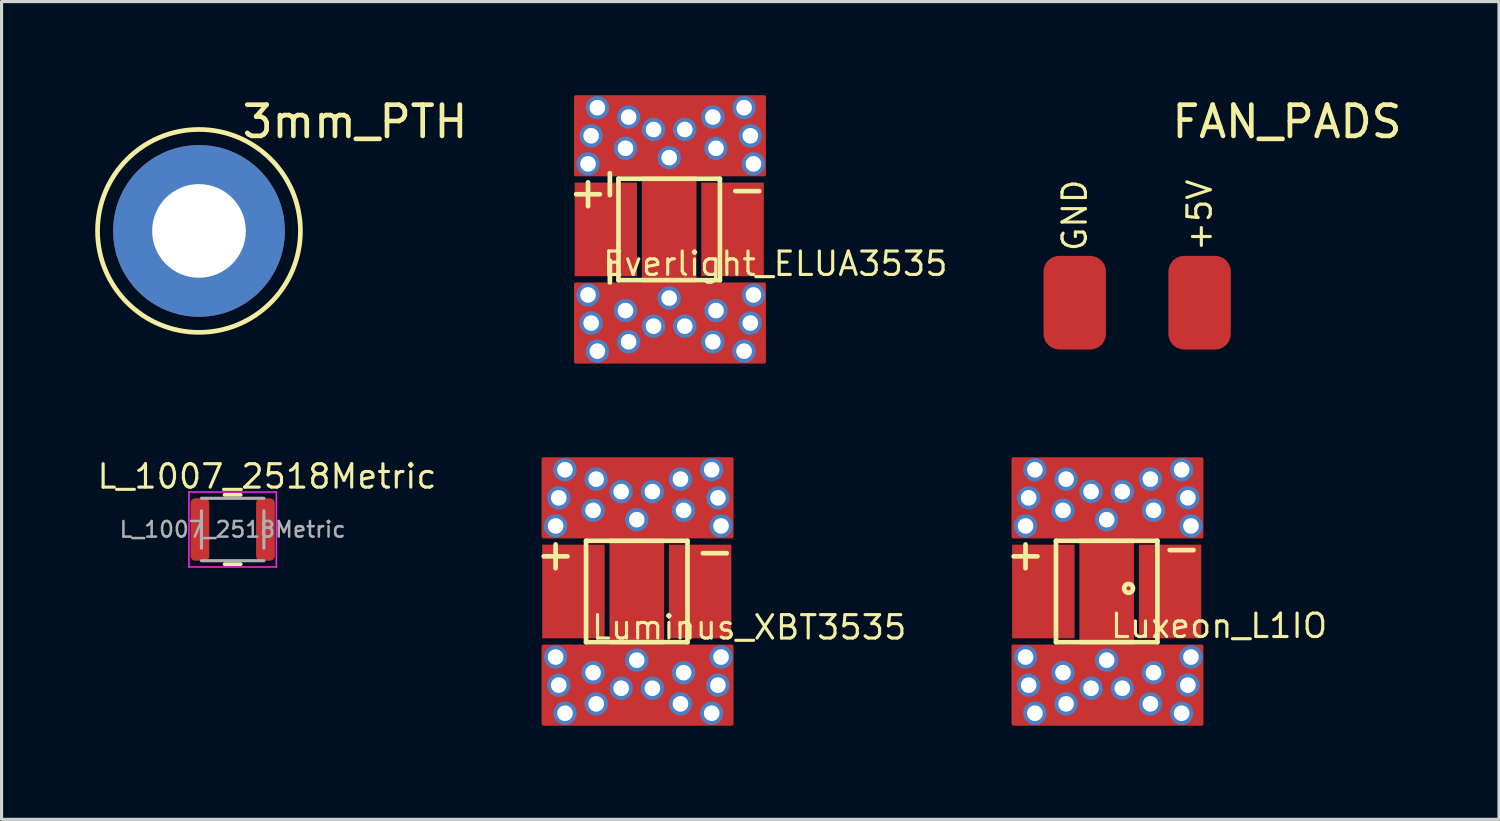
<source format=kicad_pcb>
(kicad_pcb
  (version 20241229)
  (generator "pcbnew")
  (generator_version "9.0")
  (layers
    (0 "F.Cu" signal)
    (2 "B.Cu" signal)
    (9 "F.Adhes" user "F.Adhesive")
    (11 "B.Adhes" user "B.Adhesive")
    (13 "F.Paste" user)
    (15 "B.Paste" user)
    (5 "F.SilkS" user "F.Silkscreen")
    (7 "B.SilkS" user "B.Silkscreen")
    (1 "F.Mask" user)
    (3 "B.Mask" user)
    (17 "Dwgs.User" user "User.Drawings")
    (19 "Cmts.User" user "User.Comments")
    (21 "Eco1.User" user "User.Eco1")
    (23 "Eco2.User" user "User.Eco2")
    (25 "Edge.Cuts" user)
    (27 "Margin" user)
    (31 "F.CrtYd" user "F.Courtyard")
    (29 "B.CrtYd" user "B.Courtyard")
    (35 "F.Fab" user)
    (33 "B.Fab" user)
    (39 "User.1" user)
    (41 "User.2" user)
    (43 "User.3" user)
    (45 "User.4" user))
  (footprint "3mm_PTH"
    (layer "F.Cu")
    (at 3.325 4.348)
    (property "Reference" "3mm_PTH" (at 5 -3.5 0) (layer "F.SilkS") (effects (font (size 1 1) (thickness 0.15))))
    (attr through_hole)
    (fp_circle (center 0 0) (end 3.25 0) (stroke (width 0.15) (type solid)) (fill no) (layer "F.SilkS"))
    (pad "1" thru_hole circle (at 0 0) (size 5.5 5.5) (drill 3) (layers "*.Cu" "*.Mask")))
  (footprint "Luminus_XBT3535"
    (layer "F.Cu")
    (at 17.351 15.9)
    (property "Reference" "Luminus_XBT3535" (at 3.6 1.15 0) (layer "F.SilkS") (effects (font (size 0.75 0.75) (thickness 0.1))))
    (attr through_hole)
    (fp_poly (pts (xy -1.15 1.25) (xy -1.15 -1.25) (xy -1.55 -1.25) (xy -1.55 1.25)) (stroke (width 0.1) (type solid)) (fill yes) (layer "F.Mask"))
    (fp_poly (pts (xy -0.6 1.25) (xy 0.6 1.25) (xy 0.6 -1.3) (xy -0.6 -1.3)) (stroke (width 0.1) (type solid)) (fill yes) (layer "F.Mask"))
    (fp_poly (pts (xy 1.15 -1.25) (xy 1.15 1.25) (xy 1.55 1.25) (xy 1.55 -1.25)) (stroke (width 0.1) (type solid)) (fill yes) (layer "F.Mask"))
    (fp_line (start -1.625 -1.625) (end -1.625 1.625) (stroke (width 0.15) (type solid)) (layer "F.SilkS"))
    (fp_line (start -1.625 -1.625) (end 1.625 -1.625) (stroke (width 0.15) (type solid)) (layer "F.SilkS"))
    (fp_line (start 1.625 -1.625) (end 1.625 1.625) (stroke (width 0.15) (type solid)) (layer "F.SilkS"))
    (fp_line (start 1.625 1.625) (end -1.625 1.625) (stroke (width 0.15) (type solid)) (layer "F.SilkS"))
    (fp_poly (pts (xy -1.55 -1.25) (xy -1.55 1.25) (xy -1.15 1.25) (xy -1.15 -1.25)) (stroke (width 0.1) (type solid)) (fill yes) (layer "F.Paste"))
    (fp_poly (pts (xy -0.6 1.25) (xy 0.6 1.25) (xy 0.6 -1.3) (xy -0.6 -1.3)) (stroke (width 0.1) (type solid)) (fill yes) (layer "F.Paste"))
    (fp_poly (pts (xy 1.15 -1.25) (xy 1.15 1.25) (xy 1.55 1.25) (xy 1.55 -1.25)) (stroke (width 0.1) (type solid)) (fill yes) (layer "F.Paste"))
    (fp_text user "-" (at 2.5 -1.3 0) (layer "F.SilkS") (effects (font (size 1 1) (thickness 0.15))))
    (fp_text user "+" (at -2.6 -1.2 0) (layer "F.SilkS") (effects (font (size 1 1) (thickness 0.15))))
    (pad "1" smd rect (at 2.03 0) (size 2 3) (layers "F.Cu"))
    (pad "2" smd rect (at -2.03 0 180) (size 2 3) (layers "F.Cu"))
    (pad "3" thru_hole circle (at -2.6 -2.1 180) (size 0.75 0.75) (drill 0.5) (layers "*.Cu"))
    (pad "3" thru_hole circle (at -2.6 2.1) (size 0.75 0.75) (drill 0.5) (layers "*.Cu"))
    (pad "3" thru_hole circle (at -2.5 -3 180) (size 0.75 0.75) (drill 0.5) (layers "*.Cu"))
    (pad "3" thru_hole circle (at -2.5 3) (size 0.75 0.75) (drill 0.5) (layers "*.Cu"))
    (pad "3" thru_hole circle (at -2.3 -3.9 180) (size 0.75 0.75) (drill 0.5) (layers "*.Cu"))
    (pad "3" thru_hole circle (at -2.3 3.9) (size 0.75 0.75) (drill 0.5) (layers "*.Cu"))
    (pad "3" thru_hole circle (at -1.4 -2.6 180) (size 0.75 0.75) (drill 0.5) (layers "*.Cu"))
    (pad "3" thru_hole circle (at -1.4 2.6) (size 0.75 0.75) (drill 0.5) (layers "*.Cu"))
    (pad "3" thru_hole circle (at -1.3 -3.6 180) (size 0.75 0.75) (drill 0.5) (layers "*.Cu"))
    (pad "3" thru_hole circle (at -1.3 3.6) (size 0.75 0.75) (drill 0.5) (layers "*.Cu"))
    (pad "3" thru_hole circle (at -0.5 -3.2) (size 0.75 0.75) (drill 0.5) (layers "*.Cu"))
    (pad "3" thru_hole circle (at -0.5 3.1) (size 0.75 0.75) (drill 0.5) (layers "*.Cu"))
    (pad "3" thru_hole circle (at 0 -2.3) (size 0.75 0.75) (drill 0.5) (layers "*.Cu"))
    (pad "3" smd custom (at 0 0) (size 1.75 6) (layers "F.Cu") (options (anchor rect)) (primitives (gr_poly (pts (xy -3 4.25) (xy 3.05 4.25) (xy 3.05 1.75) (xy -3 1.75)) (width 0.1) (fill yes)) (gr_poly (pts (xy -3 -1.75) (xy 3.05 -1.75) (xy 3.05 -4.25) (xy -3 -4.25)) (width 0.1) (fill yes))))
    (pad "3" thru_hole circle (at 0 2.2) (size 0.75 0.75) (drill 0.5) (layers "*.Cu"))
    (pad "3" thru_hole circle (at 0.5 -3.2) (size 0.75 0.75) (drill 0.5) (layers "*.Cu"))
    (pad "3" thru_hole circle (at 0.5 3.1) (size 0.75 0.75) (drill 0.5) (layers "*.Cu"))
    (pad "3" thru_hole circle (at 1.4 -3.6 180) (size 0.75 0.75) (drill 0.5) (layers "*.Cu"))
    (pad "3" thru_hole circle (at 1.4 3.6) (size 0.75 0.75) (drill 0.5) (layers "*.Cu"))
    (pad "3" thru_hole circle (at 1.5 -2.6 180) (size 0.75 0.75) (drill 0.5) (layers "*.Cu"))
    (pad "3" thru_hole circle (at 1.5 2.6) (size 0.75 0.75) (drill 0.5) (layers "*.Cu"))
    (pad "3" thru_hole circle (at 2.4 -3.9 180) (size 0.75 0.75) (drill 0.5) (layers "*.Cu"))
    (pad "3" thru_hole circle (at 2.4 3.9) (size 0.75 0.75) (drill 0.5) (layers "*.Cu"))
    (pad "3" thru_hole circle (at 2.6 -3 180) (size 0.75 0.75) (drill 0.5) (layers "*.Cu"))
    (pad "3" thru_hole circle (at 2.6 3) (size 0.75 0.75) (drill 0.5) (layers "*.Cu"))
    (pad "3" thru_hole circle (at 2.7 -2.1 180) (size 0.75 0.75) (drill 0.5) (layers "*.Cu"))
    (pad "3" thru_hole circle (at 2.7 2.1) (size 0.75 0.75) (drill 0.5) (layers "*.Cu")))
  (footprint "L_1007_2518Metric"
    (layer "F.Cu")
    (at 4.404 13.914)
    (property "Reference" "L_1007_2518Metric" (at 1.1 -1.7 0) (layer "F.SilkS") (effects (font (size 0.75 0.75) (thickness 0.1))))
    (attr smd)
    (fp_line (start -0.259 -1.11) (end 0.259 -1.11) (stroke (width 0.12) (type solid)) (layer "F.SilkS"))
    (fp_line (start -0.259 1.11) (end 0.259 1.11) (stroke (width 0.12) (type solid)) (layer "F.SilkS"))
    (fp_line (start -1.4 -1.2) (end 1.4 -1.2) (stroke (width 0.05) (type solid)) (layer "F.CrtYd"))
    (fp_line (start -1.4 1.2) (end -1.4 -1.2) (stroke (width 0.05) (type solid)) (layer "F.CrtYd"))
    (fp_line (start 1.4 -1.2) (end 1.4 1.2) (stroke (width 0.05) (type solid)) (layer "F.CrtYd"))
    (fp_line (start 1.4 1.2) (end -1.4 1.2) (stroke (width 0.05) (type solid)) (layer "F.CrtYd"))
    (fp_line (start -1 -1) (end 1 -1) (stroke (width 0.1) (type solid)) (layer "F.Fab"))
    (fp_line (start -1 0.6) (end -1 -0.6) (stroke (width 0.1) (type solid)) (layer "F.Fab"))
    (fp_line (start 1 -0.6) (end 1 0.6) (stroke (width 0.1) (type solid)) (layer "F.Fab"))
    (fp_line (start 1 1) (end -1 1) (stroke (width 0.1) (type solid)) (layer "F.Fab"))
    (fp_text user "${REFERENCE}" (at 0 0 0) (layer "F.Fab") (effects (font (size 0.5 0.5) (thickness 0.08))))
    (pad "1" smd roundrect (at -1.05 0) (size 0.6 2) (layers "F.Cu" "F.Mask" "F.Paste") (roundrect_rratio 0.25))
    (pad "2" smd roundrect (at 1.05 0) (size 0.6 2) (layers "F.Cu" "F.Mask" "F.Paste") (roundrect_rratio 0.25)))
  (footprint "Everlight_ELUA3535"
    (layer "F.Cu")
    (at 18.389 4.2)
    (property "Reference" "Everlight_ELUA3535" (at 3.4 1.2 0) (layer "F.SilkS") (effects (font (size 0.75 0.75) (thickness 0.1))))
    (attr through_hole)
    (fp_poly (pts (xy -1.15 1.35) (xy -1.15 -1.15) (xy -1.55 -1.15) (xy -1.55 1.35)) (stroke (width 0.1) (type solid)) (fill yes) (layer "F.Mask"))
    (fp_poly (pts (xy -0.6 1.35) (xy 0.6 1.35) (xy 0.6 -1.2) (xy -0.6 -1.2)) (stroke (width 0.1) (type solid)) (fill yes) (layer "F.Mask"))
    (fp_poly (pts (xy 1.15 -1.15) (xy 1.15 1.35) (xy 1.55 1.35) (xy 1.55 -1.15)) (stroke (width 0.1) (type solid)) (fill yes) (layer "F.Mask"))
    (fp_line (start -1.9 -1.7) (end -1.9 -1) (stroke (width 0.15) (type solid)) (layer "F.SilkS"))
    (fp_line (start -1.9 1.1) (end -1.9 1.8) (stroke (width 0.15) (type solid)) (layer "F.SilkS"))
    (fp_line (start -1.625 -1.525) (end -1.625 1.725) (stroke (width 0.15) (type solid)) (layer "F.SilkS"))
    (fp_line (start -1.625 -1.525) (end 1.625 -1.525) (stroke (width 0.15) (type solid)) (layer "F.SilkS"))
    (fp_line (start 1.625 -1.525) (end 1.625 1.725) (stroke (width 0.15) (type solid)) (layer "F.SilkS"))
    (fp_line (start 1.625 1.725) (end -1.625 1.725) (stroke (width 0.15) (type solid)) (layer "F.SilkS"))
    (fp_poly (pts (xy -1.55 -1.15) (xy -1.55 1.35) (xy -1.15 1.35) (xy -1.15 -1.15)) (stroke (width 0.1) (type solid)) (fill yes) (layer "F.Paste"))
    (fp_poly (pts (xy -0.6 1.35) (xy 0.6 1.35) (xy 0.6 -1.2) (xy -0.6 -1.2)) (stroke (width 0.1) (type solid)) (fill yes) (layer "F.Paste"))
    (fp_poly (pts (xy 1.15 -1.15) (xy 1.15 1.35) (xy 1.55 1.35) (xy 1.55 -1.15)) (stroke (width 0.1) (type solid)) (fill yes) (layer "F.Paste"))
    (fp_text user "+" (at -2.6 -1.1 0) (layer "F.SilkS") (effects (font (size 1 1) (thickness 0.15))))
    (fp_text user "-" (at 2.5 -1.2 0) (layer "F.SilkS") (effects (font (size 1 1) (thickness 0.15))))
    (pad "1" smd rect (at -2.03 0.1 180) (size 2 3) (layers "F.Cu"))
    (pad "2" smd rect (at 2.03 0.1) (size 2 3) (layers "F.Cu"))
    (pad "3" thru_hole circle (at -2.6 -2 180) (size 0.75 0.75) (drill 0.5) (layers "*.Cu"))
    (pad "3" thru_hole circle (at -2.6 2.2) (size 0.75 0.75) (drill 0.5) (layers "*.Cu"))
    (pad "3" thru_hole circle (at -2.5 -2.9 180) (size 0.75 0.75) (drill 0.5) (layers "*.Cu"))
    (pad "3" thru_hole circle (at -2.5 3.1) (size 0.75 0.75) (drill 0.5) (layers "*.Cu"))
    (pad "3" thru_hole circle (at -2.3 -3.8 180) (size 0.75 0.75) (drill 0.5) (layers "*.Cu"))
    (pad "3" thru_hole circle (at -2.3 4) (size 0.75 0.75) (drill 0.5) (layers "*.Cu"))
    (pad "3" thru_hole circle (at -1.4 -2.5 180) (size 0.75 0.75) (drill 0.5) (layers "*.Cu"))
    (pad "3" thru_hole circle (at -1.4 2.7) (size 0.75 0.75) (drill 0.5) (layers "*.Cu"))
    (pad "3" thru_hole circle (at -1.3 -3.5 180) (size 0.75 0.75) (drill 0.5) (layers "*.Cu"))
    (pad "3" thru_hole circle (at -1.3 3.7) (size 0.75 0.75) (drill 0.5) (layers "*.Cu"))
    (pad "3" thru_hole circle (at -0.5 -3.1) (size 0.75 0.75) (drill 0.5) (layers "*.Cu"))
    (pad "3" thru_hole circle (at -0.5 3.2) (size 0.75 0.75) (drill 0.5) (layers "*.Cu"))
    (pad "3" thru_hole circle (at 0 -2.2) (size 0.75 0.75) (drill 0.5) (layers "*.Cu"))
    (pad "3" smd custom (at 0 0.1) (size 1.75 6) (layers "F.Cu") (options (anchor rect)) (primitives (gr_poly (pts (xy -3 4.25) (xy 3.05 4.25) (xy 3.05 1.75) (xy -3 1.75)) (width 0.1) (fill yes)) (gr_poly (pts (xy -3 -1.75) (xy 3.05 -1.75) (xy 3.05 -4.25) (xy -3 -4.25)) (width 0.1) (fill yes))))
    (pad "3" thru_hole circle (at 0 2.3) (size 0.75 0.75) (drill 0.5) (layers "*.Cu"))
    (pad "3" thru_hole circle (at 0.5 -3.1) (size 0.75 0.75) (drill 0.5) (layers "*.Cu"))
    (pad "3" thru_hole circle (at 0.5 3.2) (size 0.75 0.75) (drill 0.5) (layers "*.Cu"))
    (pad "3" thru_hole circle (at 1.4 -3.5 180) (size 0.75 0.75) (drill 0.5) (layers "*.Cu"))
    (pad "3" thru_hole circle (at 1.4 3.7) (size 0.75 0.75) (drill 0.5) (layers "*.Cu"))
    (pad "3" thru_hole circle (at 1.5 -2.5 180) (size 0.75 0.75) (drill 0.5) (layers "*.Cu"))
    (pad "3" thru_hole circle (at 1.5 2.7) (size 0.75 0.75) (drill 0.5) (layers "*.Cu"))
    (pad "3" thru_hole circle (at 2.4 -3.8 180) (size 0.75 0.75) (drill 0.5) (layers "*.Cu"))
    (pad "3" thru_hole circle (at 2.4 4) (size 0.75 0.75) (drill 0.5) (layers "*.Cu"))
    (pad "3" thru_hole circle (at 2.6 -2.9 180) (size 0.75 0.75) (drill 0.5) (layers "*.Cu"))
    (pad "3" thru_hole circle (at 2.6 3.1) (size 0.75 0.75) (drill 0.5) (layers "*.Cu"))
    (pad "3" thru_hole circle (at 2.7 -2 180) (size 0.75 0.75) (drill 0.5) (layers "*.Cu"))
    (pad "3" thru_hole circle (at 2.7 2.2) (size 0.75 0.75) (drill 0.5) (layers "*.Cu")))
  (footprint "Luxeon_L1IO"
    (layer "F.Cu")
    (at 32.406 15.8)
    (property "Reference" "Luxeon_L1IO" (at 3.6 1.2 0) (layer "F.SilkS") (effects (font (size 0.75 0.75) (thickness 0.1))))
    (attr through_hole)
    (fp_poly (pts (xy -1.15 1.35) (xy -1.15 -1.15) (xy -1.55 -1.15) (xy -1.55 1.35)) (stroke (width 0.1) (type solid)) (fill yes) (layer "F.Mask"))
    (fp_poly (pts (xy -0.4 1.35) (xy 0.4 1.35) (xy 0.4 -1.2) (xy -0.4 -1.2)) (stroke (width 0.1) (type solid)) (fill yes) (layer "F.Mask"))
    (fp_poly (pts (xy 1.15 -1.15) (xy 1.15 1.35) (xy 1.55 1.35) (xy 1.55 -1.15)) (stroke (width 0.1) (type solid)) (fill yes) (layer "F.Mask"))
    (fp_line (start -1.625 -1.525) (end -1.625 1.725) (stroke (width 0.15) (type solid)) (layer "F.SilkS"))
    (fp_line (start -1.625 -1.525) (end 1.625 -1.525) (stroke (width 0.15) (type solid)) (layer "F.SilkS"))
    (fp_line (start 1.625 -1.525) (end 1.625 1.725) (stroke (width 0.15) (type solid)) (layer "F.SilkS"))
    (fp_line (start 1.625 1.725) (end -1.625 1.725) (stroke (width 0.15) (type solid)) (layer "F.SilkS"))
    (fp_circle (center 0.7 0) (end 0.8 0.1) (stroke (width 0.15) (type solid)) (fill no) (layer "F.SilkS"))
    (fp_poly (pts (xy -1.55 -1.15) (xy -1.55 1.35) (xy -1.15 1.35) (xy -1.15 -1.15)) (stroke (width 0.1) (type solid)) (fill yes) (layer "F.Paste"))
    (fp_poly (pts (xy -0.4 1.35) (xy 0.4 1.35) (xy 0.4 -1.2) (xy -0.4 -1.2)) (stroke (width 0.1) (type solid)) (fill yes) (layer "F.Paste"))
    (fp_poly (pts (xy 1.15 -1.15) (xy 1.15 1.35) (xy 1.55 1.35) (xy 1.55 -1.15)) (stroke (width 0.1) (type solid)) (fill yes) (layer "F.Paste"))
    (fp_text user "-" (at 2.4 -1.3 0) (layer "F.SilkS") (effects (font (size 1 1) (thickness 0.15))))
    (fp_text user "+" (at -2.6 -1.1 0) (layer "F.SilkS") (effects (font (size 1 1) (thickness 0.15))))
    (pad "1" smd rect (at 2.03 0.1) (size 2 3) (layers "F.Cu"))
    (pad "2" smd rect (at -2.03 0.1 180) (size 2 3) (layers "F.Cu"))
    (pad "3" thru_hole circle (at -2.6 -2 180) (size 0.75 0.75) (drill 0.5) (layers "*.Cu"))
    (pad "3" thru_hole circle (at -2.6 2.2) (size 0.75 0.75) (drill 0.5) (layers "*.Cu"))
    (pad "3" thru_hole circle (at -2.5 -2.9 180) (size 0.75 0.75) (drill 0.5) (layers "*.Cu"))
    (pad "3" thru_hole circle (at -2.5 3.1) (size 0.75 0.75) (drill 0.5) (layers "*.Cu"))
    (pad "3" thru_hole circle (at -2.3 -3.8 180) (size 0.75 0.75) (drill 0.5) (layers "*.Cu"))
    (pad "3" thru_hole circle (at -2.3 4) (size 0.75 0.75) (drill 0.5) (layers "*.Cu"))
    (pad "3" thru_hole circle (at -1.4 -2.5 180) (size 0.75 0.75) (drill 0.5) (layers "*.Cu"))
    (pad "3" thru_hole circle (at -1.4 2.7) (size 0.75 0.75) (drill 0.5) (layers "*.Cu"))
    (pad "3" thru_hole circle (at -1.3 -3.5 180) (size 0.75 0.75) (drill 0.5) (layers "*.Cu"))
    (pad "3" thru_hole circle (at -1.3 3.7) (size 0.75 0.75) (drill 0.5) (layers "*.Cu"))
    (pad "3" thru_hole circle (at -0.5 -3.1) (size 0.75 0.75) (drill 0.5) (layers "*.Cu"))
    (pad "3" thru_hole circle (at -0.5 3.2) (size 0.75 0.75) (drill 0.5) (layers "*.Cu"))
    (pad "3" thru_hole circle (at 0 -2.2) (size 0.75 0.75) (drill 0.5) (layers "*.Cu"))
    (pad "3" smd custom (at 0 0.1) (size 1.75 6) (layers "F.Cu") (options (anchor rect)) (primitives (gr_poly (pts (xy -3 4.25) (xy 3.05 4.25) (xy 3.05 1.75) (xy -3 1.75)) (width 0.1) (fill yes)) (gr_poly (pts (xy -3 -1.75) (xy 3.05 -1.75) (xy 3.05 -4.25) (xy -3 -4.25)) (width 0.1) (fill yes))))
    (pad "3" thru_hole circle (at 0 2.3) (size 0.75 0.75) (drill 0.5) (layers "*.Cu"))
    (pad "3" thru_hole circle (at 0.5 -3.1) (size 0.75 0.75) (drill 0.5) (layers "*.Cu"))
    (pad "3" thru_hole circle (at 0.5 3.2) (size 0.75 0.75) (drill 0.5) (layers "*.Cu"))
    (pad "3" thru_hole circle (at 1.4 -3.5 180) (size 0.75 0.75) (drill 0.5) (layers "*.Cu"))
    (pad "3" thru_hole circle (at 1.4 3.7) (size 0.75 0.75) (drill 0.5) (layers "*.Cu"))
    (pad "3" thru_hole circle (at 1.5 -2.5 180) (size 0.75 0.75) (drill 0.5) (layers "*.Cu"))
    (pad "3" thru_hole circle (at 1.5 2.7) (size 0.75 0.75) (drill 0.5) (layers "*.Cu"))
    (pad "3" thru_hole circle (at 2.4 -3.8 180) (size 0.75 0.75) (drill 0.5) (layers "*.Cu"))
    (pad "3" thru_hole circle (at 2.4 4) (size 0.75 0.75) (drill 0.5) (layers "*.Cu"))
    (pad "3" thru_hole circle (at 2.6 -2.9 180) (size 0.75 0.75) (drill 0.5) (layers "*.Cu"))
    (pad "3" thru_hole circle (at 2.6 3.1) (size 0.75 0.75) (drill 0.5) (layers "*.Cu"))
    (pad "3" thru_hole circle (at 2.7 -2 180) (size 0.75 0.75) (drill 0.5) (layers "*.Cu"))
    (pad "3" thru_hole circle (at 2.7 2.2) (size 0.75 0.75) (drill 0.5) (layers "*.Cu")))
  (footprint "FAN_PADS"
    (layer "F.Cu")
    (at 33.382 6.648)
    (property "Reference" "FAN_PADS" (at 4.8 -5.8 0) (layer "F.SilkS") (effects (font (size 1 1) (thickness 0.15))))
    (attr through_hole)
    (fp_text user "GND" (at -2 -2.8 90) (layer "F.SilkS") (effects (font (size 0.75 0.75) (thickness 0.1))))
    (fp_text user "+5V" (at 2 -2.8 90) (layer "F.SilkS") (effects (font (size 0.75 0.75) (thickness 0.1))))
    (pad "1" smd roundrect (at -2 0) (size 2 3) (layers "F.Cu" "F.Mask" "F.Paste") (roundrect_rratio 0.25))
    (pad "2" smd roundrect (at 2 0) (size 2 3) (layers "F.Cu" "F.Mask" "F.Paste") (roundrect_rratio 0.25)))
  (gr_rect
    (start -3 -3)
    (end 44.974 23.2)
    (stroke (width 0.1) (type default))
    (fill no)
    (layer "Edge.Cuts")))
</source>
